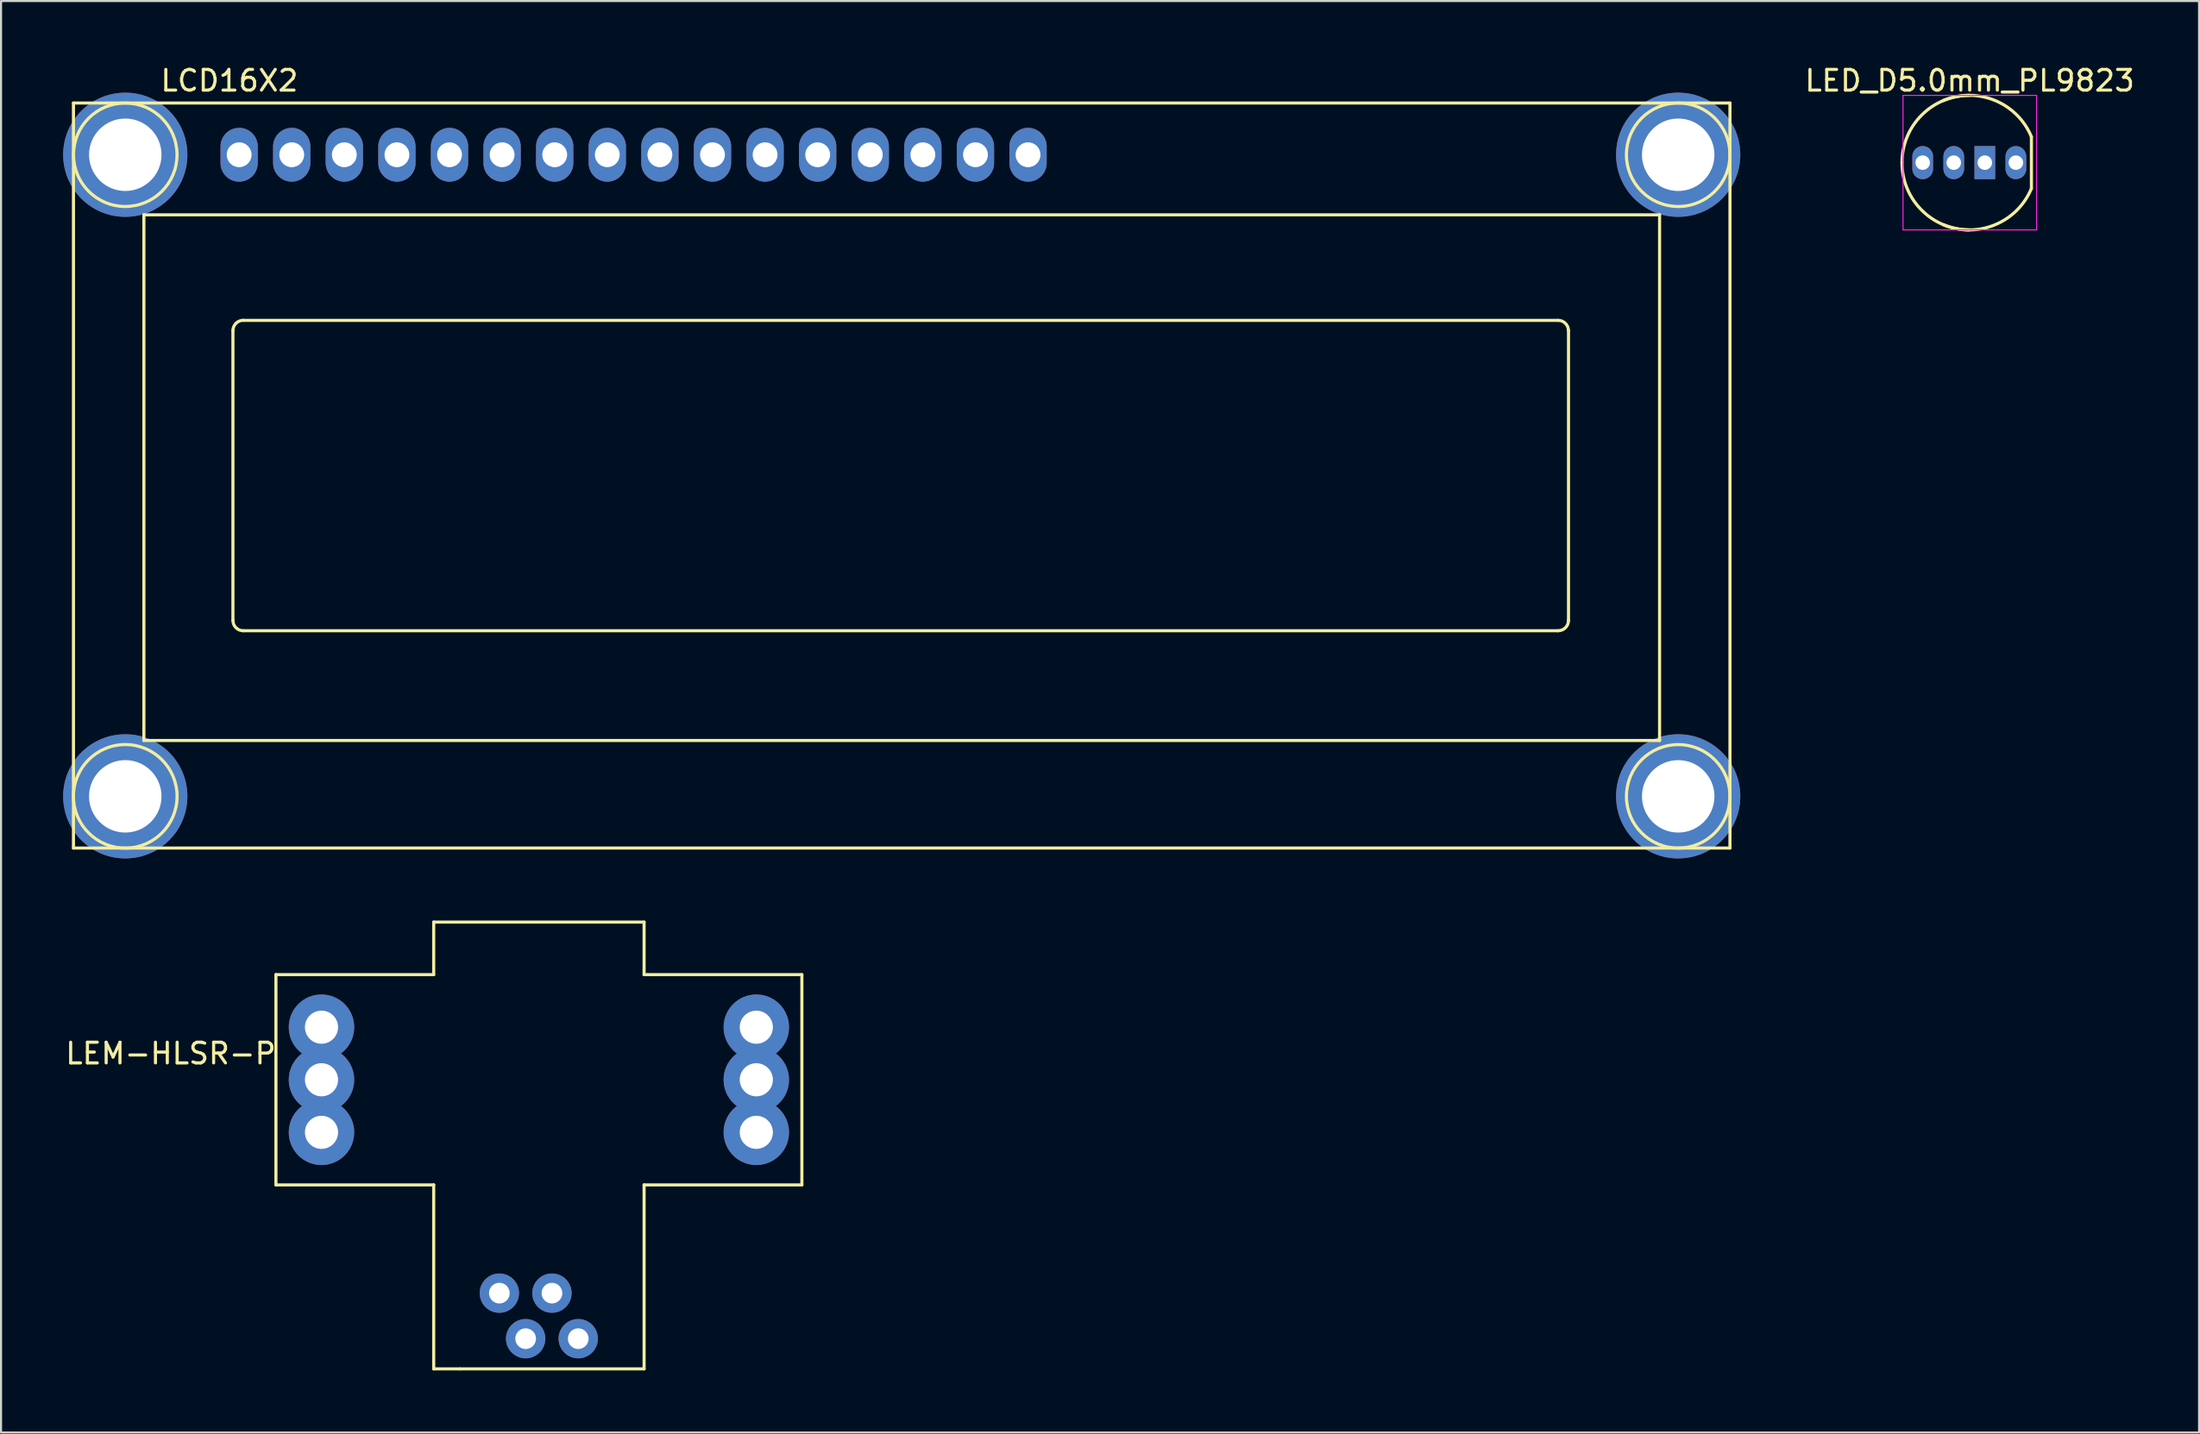
<source format=kicad_pcb>
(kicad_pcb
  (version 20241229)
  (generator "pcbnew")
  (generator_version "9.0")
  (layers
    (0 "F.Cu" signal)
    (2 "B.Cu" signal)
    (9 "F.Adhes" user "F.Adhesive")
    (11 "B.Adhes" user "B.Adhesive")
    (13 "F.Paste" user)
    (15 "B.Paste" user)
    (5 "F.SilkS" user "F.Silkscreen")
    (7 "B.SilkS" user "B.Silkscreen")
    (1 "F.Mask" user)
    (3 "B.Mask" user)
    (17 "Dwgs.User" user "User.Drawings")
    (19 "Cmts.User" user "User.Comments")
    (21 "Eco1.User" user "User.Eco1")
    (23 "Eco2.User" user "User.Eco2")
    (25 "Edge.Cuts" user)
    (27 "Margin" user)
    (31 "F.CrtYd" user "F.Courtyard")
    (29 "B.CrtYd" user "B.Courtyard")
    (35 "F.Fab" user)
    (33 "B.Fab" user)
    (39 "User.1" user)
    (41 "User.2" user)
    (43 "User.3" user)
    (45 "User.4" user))
  (footprint "LCD16X2"
    (layer "F.Cu")
    (at 8.499 4.428)
    (property "Reference" "LCD16X2" (at -0.47 -3.58 0) (layer "F.SilkS") (effects (font (size 1 1) (thickness 0.15))))
    (attr through_hole)
    (fp_line (start -8.001 -2.499) (end 71.999 -2.499) (stroke (width 0.15) (type solid)) (layer "F.SilkS"))
    (fp_line (start -8.001 33.5) (end -8.001 -2.499) (stroke (width 0.15) (type solid)) (layer "F.SilkS"))
    (fp_line (start -4.6 2.901) (end 68.6 2.901) (stroke (width 0.15) (type solid)) (layer "F.SilkS"))
    (fp_line (start -4.6 28.301) (end -4.6 2.901) (stroke (width 0.15) (type solid)) (layer "F.SilkS"))
    (fp_line (start -0.3 22.499) (end -0.3 8.499) (stroke (width 0.15) (type solid)) (layer "F.SilkS"))
    (fp_line (start 0.201 8.001) (end 63.701 8.001) (stroke (width 0.15) (type solid)) (layer "F.SilkS"))
    (fp_line (start 63.701 23) (end 0.201 23) (stroke (width 0.15) (type solid)) (layer "F.SilkS"))
    (fp_line (start 64.201 8.499) (end 64.201 22.499) (stroke (width 0.15) (type solid)) (layer "F.SilkS"))
    (fp_line (start 68.6 2.901) (end 68.6 28.301) (stroke (width 0.15) (type solid)) (layer "F.SilkS"))
    (fp_line (start 68.6 28.301) (end -4.6 28.301) (stroke (width 0.15) (type solid)) (layer "F.SilkS"))
    (fp_line (start 71.999 -2.499) (end 71.999 33.5) (stroke (width 0.15) (type solid)) (layer "F.SilkS"))
    (fp_line (start 71.999 33.5) (end -8.001 33.5) (stroke (width 0.15) (type solid)) (layer "F.SilkS"))
    (fp_arc (start -0.29972 8.49884) (mid -0.153162 8.145018) (end 0.20066 7.99846) (stroke (width 0.15) (type solid)) (layer "F.SilkS"))
    (fp_arc (start 0.20066 22.9997) (mid -0.153162 22.853142) (end -0.29972 22.49932) (stroke (width 0.15) (type solid)) (layer "F.SilkS"))
    (fp_arc (start 63.70066 8.001) (mid 64.052686 8.146814) (end 64.1985 8.49884) (stroke (width 0.15) (type solid)) (layer "F.SilkS"))
    (fp_arc (start 64.20104 22.49932) (mid 64.054482 22.853142) (end 63.70066 22.9997) (stroke (width 0.15) (type solid)) (layer "F.SilkS"))
    (fp_circle (center -5.499 0) (end -3 0) (stroke (width 0.15) (type solid)) (fill no) (layer "F.SilkS"))
    (fp_circle (center -5.499 31.001) (end -8.001 31.001) (stroke (width 0.15) (type solid)) (fill no) (layer "F.SilkS"))
    (fp_circle (center 69.499 0) (end 71.999 0) (stroke (width 0.15) (type solid)) (fill no) (layer "F.SilkS"))
    (fp_circle (center 69.499 31.001) (end 71.999 31.001) (stroke (width 0.15) (type solid)) (fill no) (layer "F.SilkS"))
    (pad "0" thru_hole circle (at -5.499 0) (size 6 6) (drill 3.5) (layers "*.Cu" "*.Mask"))
    (pad "0" thru_hole circle (at -5.499 31.001) (size 6 6) (drill 3.5) (layers "*.Cu" "*.Mask"))
    (pad "0" thru_hole circle (at 69.499 0) (size 6 6) (drill 3.5) (layers "*.Cu" "*.Mask"))
    (pad "0" thru_hole circle (at 69.499 31.001) (size 6 6) (drill 3.5) (layers "*.Cu" "*.Mask"))
    (pad "1" thru_hole oval (at 0 0) (size 1.8 2.6) (drill 1.2) (layers "*.Cu" "*.Mask"))
    (pad "2" thru_hole oval (at 2.54 0) (size 1.8 2.6) (drill 1.2) (layers "*.Cu" "*.Mask"))
    (pad "3" thru_hole oval (at 5.08 0) (size 1.8 2.6) (drill 1.2) (layers "*.Cu" "*.Mask"))
    (pad "4" thru_hole oval (at 7.62 0) (size 1.8 2.6) (drill 1.2) (layers "*.Cu" "*.Mask"))
    (pad "5" thru_hole oval (at 10.16 0) (size 1.8 2.6) (drill 1.2) (layers "*.Cu" "*.Mask"))
    (pad "6" thru_hole oval (at 12.7 0) (size 1.8 2.6) (drill 1.2) (layers "*.Cu" "*.Mask"))
    (pad "7" thru_hole oval (at 15.24 0) (size 1.8 2.6) (drill 1.2) (layers "*.Cu" "*.Mask"))
    (pad "8" thru_hole oval (at 17.78 0) (size 1.8 2.6) (drill 1.2) (layers "*.Cu" "*.Mask"))
    (pad "9" thru_hole oval (at 20.32 0) (size 1.8 2.6) (drill 1.2) (layers "*.Cu" "*.Mask"))
    (pad "10" thru_hole oval (at 22.86 0) (size 1.8 2.6) (drill 1.2) (layers "*.Cu" "*.Mask"))
    (pad "11" thru_hole oval (at 25.4 0) (size 1.8 2.6) (drill 1.2) (layers "*.Cu" "*.Mask"))
    (pad "12" thru_hole oval (at 27.94 0) (size 1.8 2.6) (drill 1.2) (layers "*.Cu" "*.Mask"))
    (pad "13" thru_hole oval (at 30.48 0) (size 1.8 2.6) (drill 1.2) (layers "*.Cu" "*.Mask"))
    (pad "14" thru_hole oval (at 33.02 0) (size 1.8 2.6) (drill 1.2) (layers "*.Cu" "*.Mask"))
    (pad "15" thru_hole oval (at 35.56 0) (size 1.8 2.6) (drill 1.2) (layers "*.Cu" "*.Mask"))
    (pad "16" thru_hole oval (at 38.1 0) (size 1.8 2.6) (drill 1.2) (layers "*.Cu" "*.Mask")))
  (footprint "LEM-HLSR-P"
    (layer "F.Cu")
    (at 22.976 49.124)
    (property "Reference" "LEM-HLSR-P" (at -17.78 -1.27 0) (layer "F.SilkS") (effects (font (size 1 1) (thickness 0.15))))
    (attr through_hole)
    (fp_line (start -12.7 -5.08) (end -5.08 -5.08) (stroke (width 0.15) (type solid)) (layer "F.SilkS"))
    (fp_line (start -12.7 5.08) (end -12.7 -5.08) (stroke (width 0.15) (type solid)) (layer "F.SilkS"))
    (fp_line (start -5.08 -7.62) (end 5.08 -7.62) (stroke (width 0.15) (type solid)) (layer "F.SilkS"))
    (fp_line (start -5.08 -5.08) (end -5.08 -7.62) (stroke (width 0.15) (type solid)) (layer "F.SilkS"))
    (fp_line (start -5.08 5.08) (end -12.7 5.08) (stroke (width 0.15) (type solid)) (layer "F.SilkS"))
    (fp_line (start -5.08 13.97) (end -5.08 5.08) (stroke (width 0.15) (type solid)) (layer "F.SilkS"))
    (fp_line (start -3.81 13.97) (end -5.08 13.97) (stroke (width 0.15) (type solid)) (layer "F.SilkS"))
    (fp_line (start 5.08 -7.62) (end 5.08 -5.08) (stroke (width 0.15) (type solid)) (layer "F.SilkS"))
    (fp_line (start 5.08 -5.08) (end 12.7 -5.08) (stroke (width 0.15) (type solid)) (layer "F.SilkS"))
    (fp_line (start 5.08 5.08) (end 5.08 13.97) (stroke (width 0.15) (type solid)) (layer "F.SilkS"))
    (fp_line (start 5.08 13.97) (end -3.81 13.97) (stroke (width 0.15) (type solid)) (layer "F.SilkS"))
    (fp_line (start 12.7 -5.08) (end 12.7 5.08) (stroke (width 0.15) (type solid)) (layer "F.SilkS"))
    (fp_line (start 12.7 5.08) (end 5.08 5.08) (stroke (width 0.15) (type solid)) (layer "F.SilkS"))
    (pad "1" thru_hole circle (at -1.91 10.31) (size 1.9 1.9) (drill 1) (layers "*.Cu" "*.Mask"))
    (pad "2" thru_hole circle (at -0.64 12.51) (size 1.9 1.9) (drill 1) (layers "*.Cu" "*.Mask"))
    (pad "3" thru_hole circle (at 0.63 10.31) (size 1.9 1.9) (drill 1) (layers "*.Cu" "*.Mask"))
    (pad "4" thru_hole circle (at 1.9 12.51) (size 1.9 1.9) (drill 1) (layers "*.Cu" "*.Mask"))
    (pad "5" thru_hole circle (at 10.5 2.54) (size 3.16 3.16) (drill 1.6) (layers "*.Cu" "*.Mask"))
    (pad "6" thru_hole circle (at 10.5 0) (size 3.16 3.16) (drill 1.6) (layers "*.Cu" "*.Mask"))
    (pad "7" thru_hole circle (at 10.5 -2.54) (size 3.16 3.16) (drill 1.6) (layers "*.Cu" "*.Mask"))
    (pad "8" thru_hole circle (at -10.5 -2.54) (size 3.16 3.16) (drill 1.6) (layers "*.Cu" "*.Mask"))
    (pad "9" thru_hole circle (at -10.5 0) (size 3.16 3.16) (drill 1.6) (layers "*.Cu" "*.Mask"))
    (pad "10" thru_hole circle (at -10.5 2.54) (size 3.16 3.16) (drill 1.6) (layers "*.Cu" "*.Mask")))
  (footprint "LED_D5.0mm_PL9823"
    (layer "F.Cu")
    (at 90.806 4.808)
    (property "Reference" "LED_D5.0mm_PL9823" (at 1.27 -3.96 0) (layer "F.SilkS") (effects (font (size 1 1) (thickness 0.15))))
    (attr through_hole)
    (fp_line (start 4.25 -1.25) (end 4.25 1.25) (stroke (width 0.15) (type solid)) (layer "F.SilkS"))
    (fp_arc (start -2 0) (mid -1.048097 -2.298097) (end 1.25 -3.25) (stroke (width 0.15) (type solid)) (layer "F.SilkS"))
    (fp_arc (start 0 -3) (mid 2.487437 -3.005204) (end 4.25 -1.25) (stroke (width 0.15) (type solid)) (layer "F.SilkS"))
    (fp_arc (start 1.25 3.25) (mid -1.048097 2.298097) (end -2 0) (stroke (width 0.15) (type solid)) (layer "F.SilkS"))
    (fp_arc (start 4.25 1.25) (mid 2.487437 3.005204) (end 0 3) (stroke (width 0.15) (type solid)) (layer "F.SilkS"))
    (fp_line (start -1.95 -3.25) (end -1.95 3.25) (stroke (width 0.05) (type solid)) (layer "F.CrtYd"))
    (fp_line (start -1.95 3.25) (end 4.5 3.25) (stroke (width 0.05) (type solid)) (layer "F.CrtYd"))
    (fp_line (start 4.5 -3.25) (end -1.95 -3.25) (stroke (width 0.05) (type solid)) (layer "F.CrtYd"))
    (fp_line (start 4.5 3.25) (end 4.5 -3.25) (stroke (width 0.05) (type solid)) (layer "F.CrtYd"))
    (pad "1" thru_hole rect (at 2 0) (size 1 1.6) (drill 0.7) (layers "*.Cu" "*.Mask"))
    (pad "2" thru_hole oval (at 3.5 0) (size 1 1.6) (drill 0.7) (layers "*.Cu" "*.Mask"))
    (pad "3" thru_hole oval (at 0.5 0) (size 1 1.6) (drill 0.7) (layers "*.Cu" "*.Mask"))
    (pad "4" thru_hole oval (at -1 0) (size 1 1.6) (drill 0.7) (layers "*.Cu" "*.Mask")))
  (gr_rect
    (start -3 -3)
    (end 103.153 66.169)
    (stroke (width 0.1) (type default))
    (fill no)
    (layer "Edge.Cuts")))
</source>
